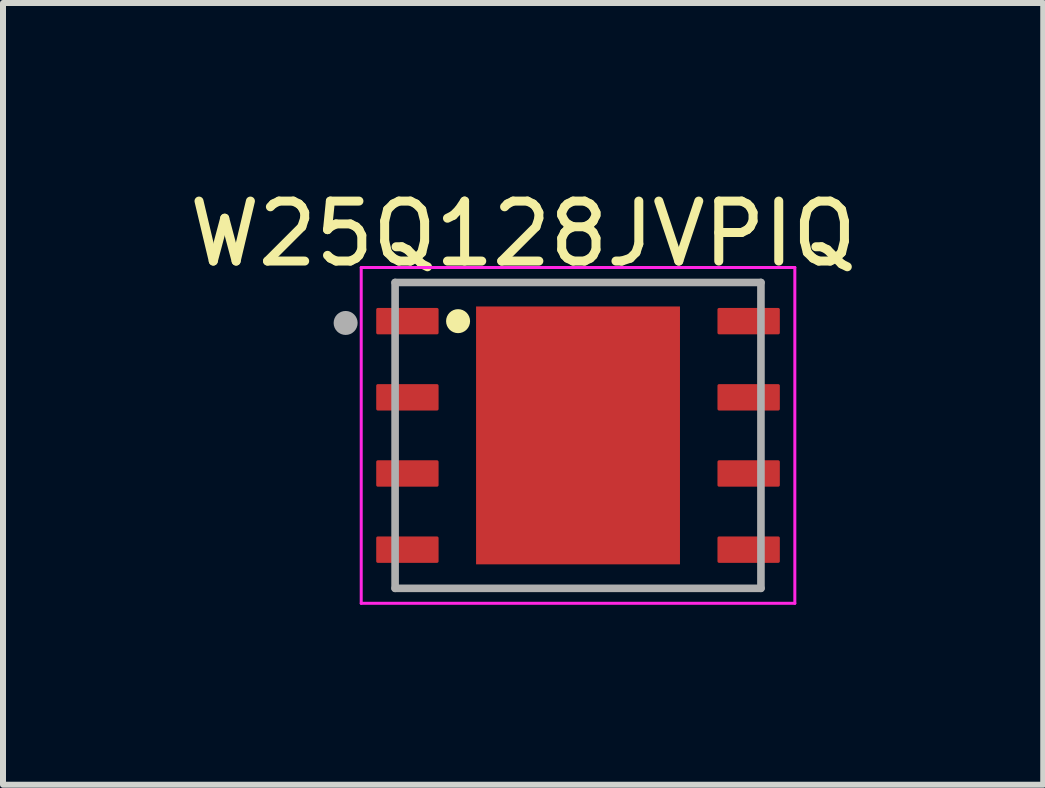
<source format=kicad_pcb>
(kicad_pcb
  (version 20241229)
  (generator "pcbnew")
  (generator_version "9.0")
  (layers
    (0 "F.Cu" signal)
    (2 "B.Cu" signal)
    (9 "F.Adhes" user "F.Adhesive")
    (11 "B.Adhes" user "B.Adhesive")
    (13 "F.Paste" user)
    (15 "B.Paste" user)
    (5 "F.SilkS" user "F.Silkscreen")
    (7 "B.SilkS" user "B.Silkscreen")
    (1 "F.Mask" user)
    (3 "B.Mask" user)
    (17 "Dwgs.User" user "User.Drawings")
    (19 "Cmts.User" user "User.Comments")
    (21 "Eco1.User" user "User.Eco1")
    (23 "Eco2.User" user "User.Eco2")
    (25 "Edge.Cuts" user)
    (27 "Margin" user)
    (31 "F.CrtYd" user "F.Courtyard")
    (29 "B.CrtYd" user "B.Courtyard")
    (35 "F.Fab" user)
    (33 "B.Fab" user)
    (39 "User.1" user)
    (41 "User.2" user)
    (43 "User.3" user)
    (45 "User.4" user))
  (footprint "W25Q128JVPIQ"
    (layer "F.Cu")
    (at 6.588 4.21)
    (property "Reference" "W25Q128JVPIQ" (at -0.915 -3.362 0) (layer "F.SilkS") (effects (font (size 1 1) (thickness 0.15))))
    (attr smd)
    (fp_circle (center -2 -1.905) (end -1.9 -1.905) (stroke (width 0.2) (type solid)) (fill no) (layer "F.SilkS"))
    (fp_poly (pts (xy -1.08 -1.36) (xy 1.08 -1.36) (xy 1.08 1.36) (xy -1.08 1.36)) (stroke (width 0.01) (type solid)) (fill yes) (layer "F.Paste"))
    (fp_line (start -3.615 -2.8) (end -3.615 2.8) (stroke (width 0.05) (type solid)) (layer "F.CrtYd"))
    (fp_line (start -3.615 -2.8) (end 3.615 -2.8) (stroke (width 0.05) (type solid)) (layer "F.CrtYd"))
    (fp_line (start -3.615 2.8) (end 3.615 2.8) (stroke (width 0.05) (type solid)) (layer "F.CrtYd"))
    (fp_line (start 3.615 -2.8) (end 3.615 2.8) (stroke (width 0.05) (type solid)) (layer "F.CrtYd"))
    (fp_line (start -3.05 -2.55) (end -3.05 2.55) (stroke (width 0.127) (type solid)) (layer "F.Fab"))
    (fp_line (start -3.05 -2.55) (end 3.05 -2.55) (stroke (width 0.127) (type solid)) (layer "F.Fab"))
    (fp_line (start -3.05 2.55) (end 3.05 2.55) (stroke (width 0.127) (type solid)) (layer "F.Fab"))
    (fp_line (start 3.05 -2.55) (end 3.05 2.55) (stroke (width 0.127) (type solid)) (layer "F.Fab"))
    (fp_circle (center -3.875 -1.875) (end -3.775 -1.875) (stroke (width 0.2) (type solid)) (fill no) (layer "F.Fab"))
    (pad "1" smd roundrect (at -2.845 -1.905) (size 1.04 0.44) (layers "F.Cu" "F.Mask" "F.Paste") (roundrect_rratio 0.06))
    (pad "2" smd roundrect (at -2.845 -0.635) (size 1.04 0.44) (layers "F.Cu" "F.Mask" "F.Paste") (roundrect_rratio 0.06))
    (pad "3" smd roundrect (at -2.845 0.635) (size 1.04 0.44) (layers "F.Cu" "F.Mask" "F.Paste") (roundrect_rratio 0.06))
    (pad "4" smd roundrect (at -2.845 1.905) (size 1.04 0.44) (layers "F.Cu" "F.Mask" "F.Paste") (roundrect_rratio 0.06))
    (pad "5" smd roundrect (at 2.845 1.905) (size 1.04 0.44) (layers "F.Cu" "F.Mask" "F.Paste") (roundrect_rratio 0.06))
    (pad "6" smd roundrect (at 2.845 0.635) (size 1.04 0.44) (layers "F.Cu" "F.Mask" "F.Paste") (roundrect_rratio 0.06))
    (pad "7" smd roundrect (at 2.845 -0.635) (size 1.04 0.44) (layers "F.Cu" "F.Mask" "F.Paste") (roundrect_rratio 0.06))
    (pad "8" smd roundrect (at 2.845 -1.905) (size 1.04 0.44) (layers "F.Cu" "F.Mask" "F.Paste") (roundrect_rratio 0.06))
    (pad "9" smd rect (at 0 0) (size 3.4 4.3) (layers "F.Cu" "F.Mask")))
  (gr_rect
    (start -3 -3)
    (end 14.345 10.035)
    (stroke (width 0.1) (type default))
    (fill no)
    (layer "Edge.Cuts")))
</source>
